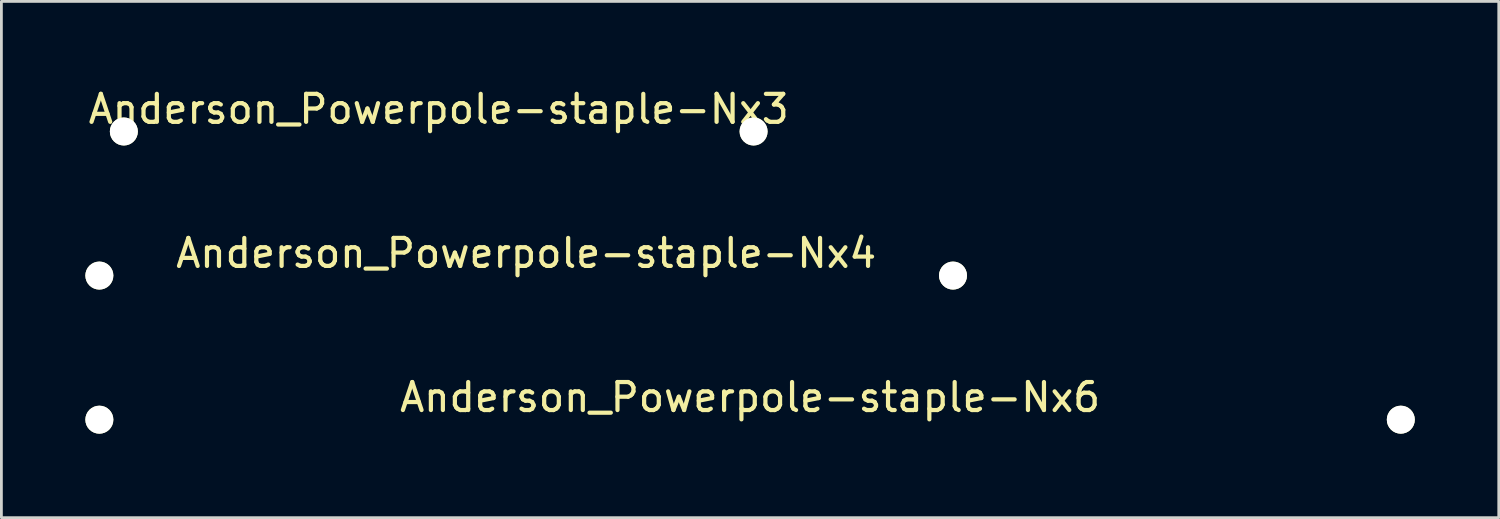
<source format=kicad_pcb>
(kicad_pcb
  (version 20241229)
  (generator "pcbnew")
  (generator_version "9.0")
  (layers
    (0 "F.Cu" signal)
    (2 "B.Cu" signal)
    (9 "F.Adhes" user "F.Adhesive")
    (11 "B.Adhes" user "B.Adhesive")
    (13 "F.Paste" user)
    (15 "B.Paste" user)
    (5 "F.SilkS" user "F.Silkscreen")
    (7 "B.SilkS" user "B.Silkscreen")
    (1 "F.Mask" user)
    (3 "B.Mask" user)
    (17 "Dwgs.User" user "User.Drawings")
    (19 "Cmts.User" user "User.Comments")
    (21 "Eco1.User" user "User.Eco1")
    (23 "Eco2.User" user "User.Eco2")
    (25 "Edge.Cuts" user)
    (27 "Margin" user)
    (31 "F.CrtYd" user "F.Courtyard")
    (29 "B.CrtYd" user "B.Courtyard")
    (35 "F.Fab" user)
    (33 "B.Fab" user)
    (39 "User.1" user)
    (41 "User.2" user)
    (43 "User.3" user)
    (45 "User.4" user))
  (footprint "Anderson_Powerpole-staple-Nx3"
    (layer "F.Cu")
    (at 12.625 1.648)
    (property "Reference" "Anderson_Powerpole-staple-Nx3" (at 0 -0.8 0) (layer "F.SilkS") (effects (font (size 1 1) (thickness 0.15))))
    (attr through_hole)
    (pad "" np_thru_hole circle (at -11.25 0) (size 1 1) (drill 1) (layers "*.Cu" "*.Mask" "F.SilkS"))
    (pad "" np_thru_hole circle (at 11.25 0) (size 1 1) (drill 1) (layers "*.Cu" "*.Mask" "F.SilkS")))
  (footprint "Anderson_Powerpole-staple-Nx4"
    (layer "F.Cu")
    (at 15.75 6.796)
    (property "Reference" "Anderson_Powerpole-staple-Nx4" (at 0 -0.8 0) (layer "F.SilkS") (effects (font (size 1 1) (thickness 0.15))))
    (attr through_hole)
    (pad "" np_thru_hole circle (at -15.25 0) (size 1 1) (drill 1) (layers "*.Cu" "*.Mask" "F.SilkS"))
    (pad "" np_thru_hole circle (at 15.25 0) (size 1 1) (drill 1) (layers "*.Cu" "*.Mask" "F.SilkS")))
  (footprint "Anderson_Powerpole-staple-Nx6"
    (layer "F.Cu")
    (at 23.75 11.945)
    (property "Reference" "Anderson_Powerpole-staple-Nx6" (at 0 -0.8 0) (layer "F.SilkS") (effects (font (size 1 1) (thickness 0.15))))
    (attr through_hole)
    (pad "" np_thru_hole circle (at -23.25 0) (size 1 1) (drill 1) (layers "*.Cu" "*.Mask" "F.SilkS"))
    (pad "" np_thru_hole circle (at 23.25 0) (size 1 1) (drill 1) (layers "*.Cu" "*.Mask" "F.SilkS")))
  (gr_rect
    (start -3 -3)
    (end 50.5 15.445)
    (stroke (width 0.1) (type default))
    (fill no)
    (layer "Edge.Cuts")))
</source>
